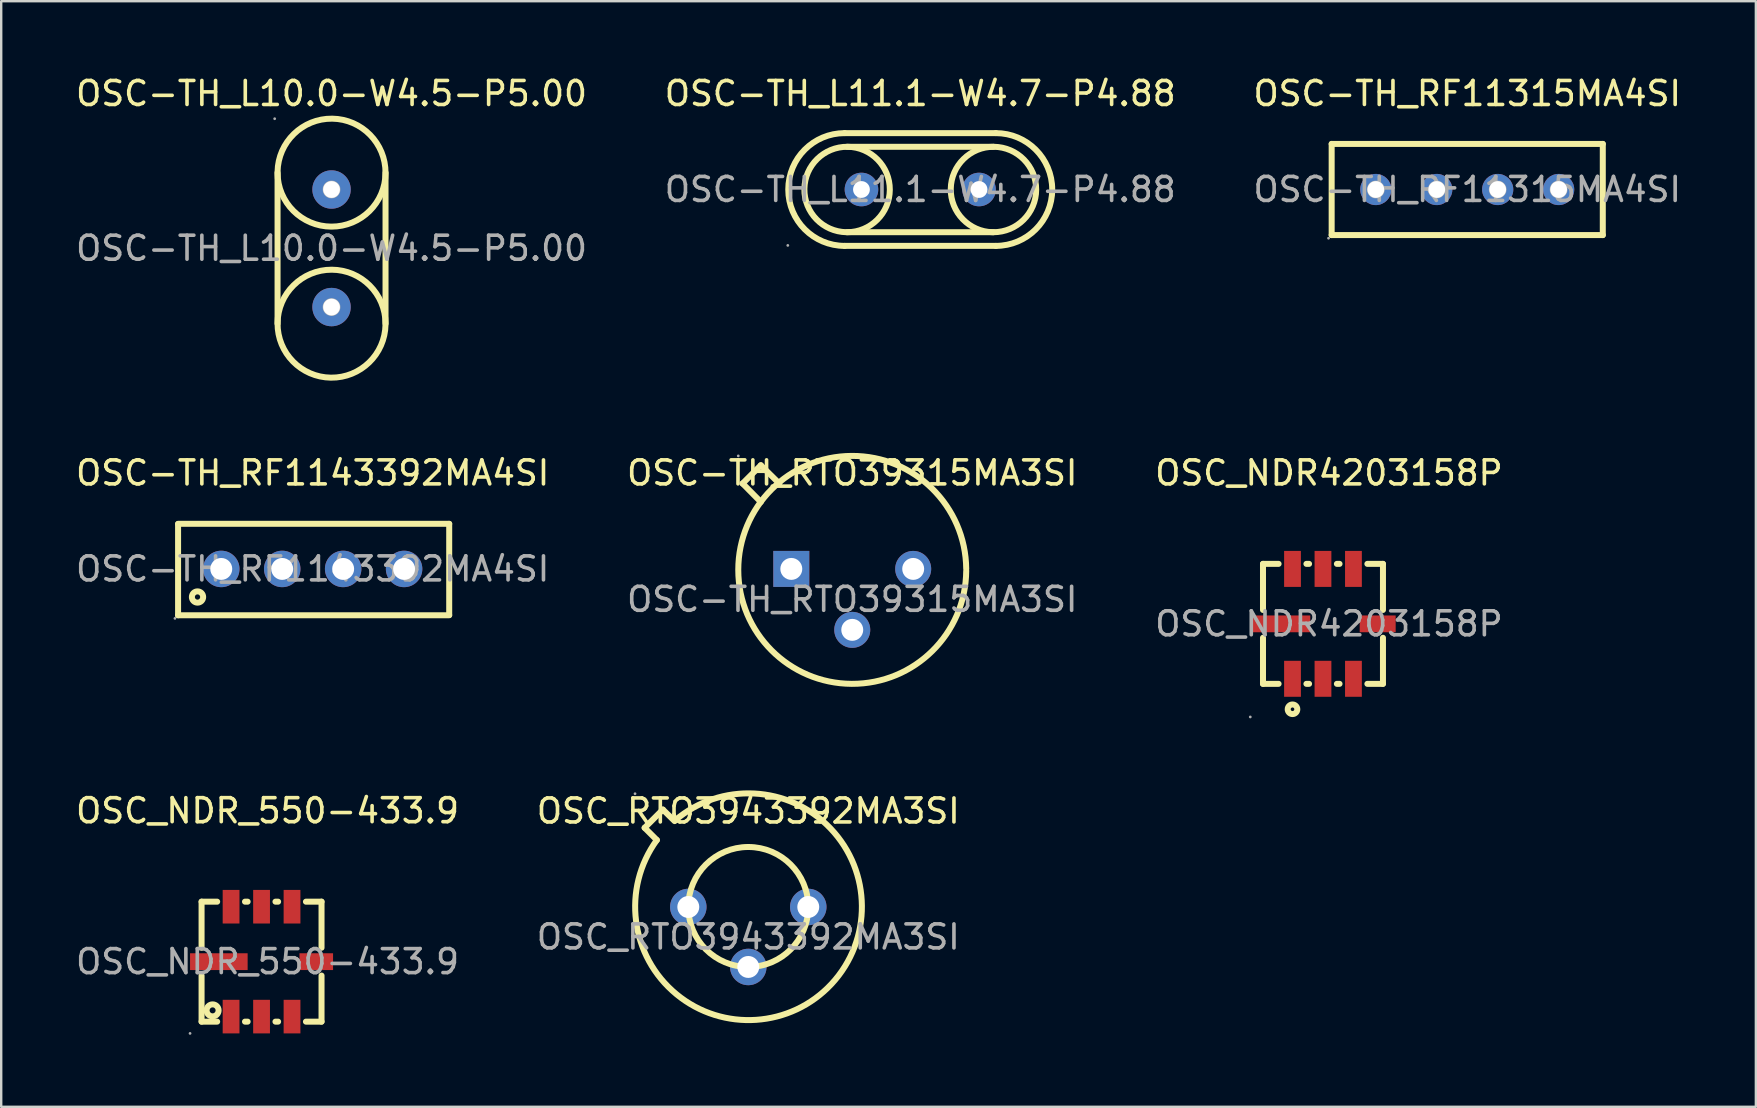
<source format=kicad_pcb>
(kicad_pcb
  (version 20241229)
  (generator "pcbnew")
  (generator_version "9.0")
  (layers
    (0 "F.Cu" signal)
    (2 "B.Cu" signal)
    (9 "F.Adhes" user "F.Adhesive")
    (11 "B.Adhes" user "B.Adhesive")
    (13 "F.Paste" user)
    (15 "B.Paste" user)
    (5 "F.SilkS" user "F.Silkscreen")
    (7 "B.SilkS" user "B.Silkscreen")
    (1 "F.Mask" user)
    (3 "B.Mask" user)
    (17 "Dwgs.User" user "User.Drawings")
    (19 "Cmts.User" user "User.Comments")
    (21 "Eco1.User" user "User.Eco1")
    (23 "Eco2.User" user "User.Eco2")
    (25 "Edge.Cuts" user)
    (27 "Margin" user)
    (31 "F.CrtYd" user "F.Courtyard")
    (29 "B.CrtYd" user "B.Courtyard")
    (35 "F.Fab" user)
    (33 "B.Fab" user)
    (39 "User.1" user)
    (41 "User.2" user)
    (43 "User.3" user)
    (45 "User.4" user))
  (footprint "OSC-TH_RTO39315MA3SI"
    (layer "F.Cu")
    (at 32.47 21.931)
    (property "Reference" "OSC-TH_RTO39315MA3SI" (at 0 -5.27 0) (layer "F.SilkS") (effects (font (size 1 1) (thickness 0.15))))
    (attr through_hole)
    (fp_line (start -4.57 -4.83) (end -3.81 -5.59) (stroke (width 0.25) (type solid)) (layer "F.SilkS"))
    (fp_line (start -4.57 -4.83) (end -3.81 -4.06) (stroke (width 0.25) (type solid)) (layer "F.SilkS"))
    (fp_line (start -3.81 -5.59) (end -3.04 -4.83) (stroke (width 0.25) (type solid)) (layer "F.SilkS"))
    (fp_arc (start 4.75 -1.19) (mid -4.750168 -1.230206) (end 4.750003 -1.269589) (stroke (width 0.25) (type solid)) (layer "F.SilkS"))
    (fp_circle (center -4.75 -5.98) (end -4.72 -5.98) (stroke (width 0.06) (type solid)) (fill no) (layer "F.Fab"))
    (fp_circle (center -2.54 -1.27) (end -2.36 -1.27) (stroke (width 0.36) (type solid)) (fill no) (layer "F.Fab"))
    (fp_circle (center 0 1.27) (end 0.18 1.27) (stroke (width 0.36) (type solid)) (fill no) (layer "F.Fab"))
    (fp_circle (center 2.54 -1.27) (end 2.72 -1.27) (stroke (width 0.36) (type solid)) (fill no) (layer "F.Fab"))
    (fp_text user "${REFERENCE}" (at 0 0 0) (layer "F.Fab") (effects (font (size 1 1) (thickness 0.15))))
    (pad "1" thru_hole rect (at -2.54 -1.27) (size 1.5 1.5) (drill 0.914) (layers "*.Cu" "*.Paste" "*.Mask"))
    (pad "2" thru_hole circle (at 0 1.27) (size 1.5 1.5) (drill 0.914) (layers "*.Cu" "*.Paste" "*.Mask"))
    (pad "3" thru_hole circle (at 2.54 -1.27) (size 1.5 1.5) (drill 0.914) (layers "*.Cu" "*.Paste" "*.Mask")))
  (footprint "OSC-TH_L11.1-W4.7-P4.88"
    (layer "F.Cu")
    (at 35.304 4.848)
    (property "Reference" "OSC-TH_L11.1-W4.7-P4.88" (at 0 -4 0) (layer "F.SilkS") (effects (font (size 1 1) (thickness 0.15))))
    (attr through_hole)
    (fp_line (start -3.05 -1.78) (end 3.05 -1.78) (stroke (width 0.25) (type solid)) (layer "F.SilkS"))
    (fp_line (start -3.05 1.78) (end 3.05 1.78) (stroke (width 0.25) (type solid)) (layer "F.SilkS"))
    (fp_line (start 3.15 -2.35) (end -3.15 -2.35) (stroke (width 0.25) (type solid)) (layer "F.SilkS"))
    (fp_line (start 3.15 2.35) (end -3.15 2.35) (stroke (width 0.25) (type solid)) (layer "F.SilkS"))
    (fp_arc (start -3.15 2.35) (mid -5.5 0) (end -3.15 -2.35) (stroke (width 0.25) (type solid)) (layer "F.SilkS"))
    (fp_arc (start -3.081065 1.779729) (mid -3.034467 -1.779932) (end -3.05 1.78) (stroke (width 0.25) (type solid)) (layer "F.SilkS"))
    (fp_arc (start 3.018935 1.779729) (mid 3.065533 -1.779932) (end 3.05 1.78) (stroke (width 0.25) (type solid)) (layer "F.SilkS"))
    (fp_arc (start 3.15 -2.35) (mid 5.5 0) (end 3.15 2.35) (stroke (width 0.25) (type solid)) (layer "F.SilkS"))
    (fp_circle (center -5.52 2.33) (end -5.49 2.33) (stroke (width 0.06) (type solid)) (fill no) (layer "F.Fab"))
    (fp_circle (center -2.45 0) (end -2.34 0) (stroke (width 0.22) (type solid)) (fill no) (layer "F.Fab"))
    (fp_circle (center 2.45 0) (end 2.56 0) (stroke (width 0.22) (type solid)) (fill no) (layer "F.Fab"))
    (fp_text user "${REFERENCE}" (at 0 0 0) (layer "F.Fab") (effects (font (size 1 1) (thickness 0.15))))
    (pad "1" thru_hole circle (at -2.45 0) (size 1.4 1.4) (drill 0.7) (layers "*.Cu" "*.Paste" "*.Mask"))
    (pad "2" thru_hole circle (at 2.45 0) (size 1.4 1.4) (drill 0.7) (layers "*.Cu" "*.Paste" "*.Mask")))
  (footprint "OSC-TH_RF11315MA4SI"
    (layer "F.Cu")
    (at 58.101 4.848)
    (property "Reference" "OSC-TH_RF11315MA4SI" (at 0 -4 0) (layer "F.SilkS") (effects (font (size 1 1) (thickness 0.15))))
    (attr through_hole)
    (fp_line (start -5.65 -1.9) (end 5.65 -1.9) (stroke (width 0.25) (type solid)) (layer "F.SilkS"))
    (fp_line (start -5.65 1.9) (end -5.65 -1.9) (stroke (width 0.25) (type solid)) (layer "F.SilkS"))
    (fp_line (start 5.65 -1.9) (end 5.65 1.9) (stroke (width 0.25) (type solid)) (layer "F.SilkS"))
    (fp_line (start 5.65 1.9) (end -5.65 1.9) (stroke (width 0.25) (type solid)) (layer "F.SilkS"))
    (fp_circle (center -5.78 2.03) (end -5.75 2.03) (stroke (width 0.06) (type solid)) (fill no) (layer "F.Fab"))
    (fp_circle (center -3.81 0) (end -3.69 0) (stroke (width 0.25) (type solid)) (fill no) (layer "F.Fab"))
    (fp_circle (center -1.27 0) (end -1.15 0) (stroke (width 0.25) (type solid)) (fill no) (layer "F.Fab"))
    (fp_circle (center 1.27 0) (end 1.39 0) (stroke (width 0.25) (type solid)) (fill no) (layer "F.Fab"))
    (fp_circle (center 3.81 0) (end 3.93 0) (stroke (width 0.25) (type solid)) (fill no) (layer "F.Fab"))
    (fp_text user "${REFERENCE}" (at 0 0 0) (layer "F.Fab") (effects (font (size 1 1) (thickness 0.15))))
    (pad "1" thru_hole circle (at -3.81 0) (size 1.3 1.3) (drill 0.7) (layers "*.Cu" "*.Paste" "*.Mask"))
    (pad "2" thru_hole circle (at -1.27 0) (size 1.3 1.3) (drill 0.7) (layers "*.Cu" "*.Paste" "*.Mask"))
    (pad "3" thru_hole circle (at 1.27 0) (size 1.3 1.3) (drill 0.7) (layers "*.Cu" "*.Paste" "*.Mask"))
    (pad "4" thru_hole circle (at 3.81 0) (size 1.3 1.3) (drill 0.7) (layers "*.Cu" "*.Paste" "*.Mask")))
  (footprint "OSC_NDR_550-433.9"
    (layer "F.Cu")
    (at 8.101 37.03)
    (property "Reference" "OSC_NDR_550-433.9" (at 0 -6.29 0) (layer "F.SilkS") (effects (font (size 1 1) (thickness 0.15))))
    (attr through_hole)
    (fp_line (start -2.75 -2.5) (end -2.75 -0.58) (stroke (width 0.25) (type solid)) (layer "F.SilkS"))
    (fp_line (start -2.75 -2.5) (end -2.1 -2.5) (stroke (width 0.25) (type solid)) (layer "F.SilkS"))
    (fp_line (start -2.75 0.58) (end -2.75 2.5) (stroke (width 0.25) (type solid)) (layer "F.SilkS"))
    (fp_line (start -2.75 2.5) (end -2.1 2.5) (stroke (width 0.25) (type solid)) (layer "F.SilkS"))
    (fp_line (start -0.94 -2.5) (end -0.83 -2.5) (stroke (width 0.25) (type solid)) (layer "F.SilkS"))
    (fp_line (start -0.94 2.5) (end -0.83 2.5) (stroke (width 0.25) (type solid)) (layer "F.SilkS"))
    (fp_line (start 0.33 -2.5) (end 0.44 -2.5) (stroke (width 0.25) (type solid)) (layer "F.SilkS"))
    (fp_line (start 0.33 2.5) (end 0.44 2.5) (stroke (width 0.25) (type solid)) (layer "F.SilkS"))
    (fp_line (start 1.6 -2.5) (end 2.25 -2.5) (stroke (width 0.25) (type solid)) (layer "F.SilkS"))
    (fp_line (start 1.6 2.5) (end 2.25 2.5) (stroke (width 0.25) (type solid)) (layer "F.SilkS"))
    (fp_line (start 2.25 -2.5) (end 2.25 -0.58) (stroke (width 0.25) (type solid)) (layer "F.SilkS"))
    (fp_line (start 2.25 0.58) (end 2.25 2.5) (stroke (width 0.25) (type solid)) (layer "F.SilkS"))
    (fp_circle (center -2.29 2.03) (end -2.04 2.03) (stroke (width 0.25) (type solid)) (fill no) (layer "F.SilkS"))
    (fp_circle (center -3.23 2.99) (end -3.2 2.99) (stroke (width 0.06) (type solid)) (fill no) (layer "F.Fab"))
    (fp_text user "${REFERENCE}" (at 0 0 0) (layer "F.Fab") (effects (font (size 1 1) (thickness 0.15))))
    (pad "1" smd rect (at -1.52 2.29 90) (size 1.4 0.7) (layers "F.Cu" "F.Mask" "F.Paste"))
    (pad "2" smd rect (at -0.25 2.29 90) (size 1.4 0.7) (layers "F.Cu" "F.Mask" "F.Paste"))
    (pad "3" smd rect (at 1.02 2.29 90) (size 1.4 0.7) (layers "F.Cu" "F.Mask" "F.Paste"))
    (pad "4" smd rect (at 2.03 0 180) (size 1.4 0.7) (layers "F.Cu" "F.Mask" "F.Paste"))
    (pad "5" smd rect (at 1.02 -2.29 270) (size 1.4 0.7) (layers "F.Cu" "F.Mask" "F.Paste"))
    (pad "6" smd rect (at -0.25 -2.29 270) (size 1.4 0.7) (layers "F.Cu" "F.Mask" "F.Paste"))
    (pad "7" smd rect (at -1.52 -2.29 270) (size 1.4 0.7) (layers "F.Cu" "F.Mask" "F.Paste"))
    (pad "8" smd rect (at -2.03 0) (size 2.4 0.7) (layers "F.Cu" "F.Mask" "F.Paste")))
  (footprint "OSC-TH_L10.0-W4.5-P5.00"
    (layer "F.Cu")
    (at 10.768 7.298)
    (property "Reference" "OSC-TH_L10.0-W4.5-P5.00" (at 0 -6.45 0) (layer "F.SilkS") (effects (font (size 1 1) (thickness 0.15))))
    (attr through_hole)
    (fp_line (start -2.25 3.14) (end -2.25 -3.15) (stroke (width 0.25) (type solid)) (layer "F.SilkS"))
    (fp_line (start 2.25 3.14) (end 2.25 -3.15) (stroke (width 0.25) (type solid)) (layer "F.SilkS"))
    (fp_arc (start -2.249657 -3.189268) (mid 2.249914 -3.130365) (end -2.25 -3.15) (stroke (width 0.25) (type solid)) (layer "F.SilkS"))
    (fp_arc (start 2.249657 3.179268) (mid -2.249914 3.120365) (end 2.25 3.14) (stroke (width 0.25) (type solid)) (layer "F.SilkS"))
    (fp_circle (center -2.37 -5.4) (end -2.34 -5.4) (stroke (width 0.06) (type solid)) (fill no) (layer "F.Fab"))
    (fp_circle (center 0 -2.45) (end 0.12 -2.45) (stroke (width 0.25) (type solid)) (fill no) (layer "F.Fab"))
    (fp_circle (center 0 2.45) (end 0.12 2.45) (stroke (width 0.25) (type solid)) (fill no) (layer "F.Fab"))
    (fp_text user "${REFERENCE}" (at 0 0 0) (layer "F.Fab") (effects (font (size 1 1) (thickness 0.15))))
    (pad "1" thru_hole circle (at 0 -2.45 270) (size 1.6 1.6) (drill 0.7) (layers "*.Cu" "*.Paste" "*.Mask"))
    (pad "2" thru_hole circle (at 0 2.45 270) (size 1.6 1.6) (drill 0.7) (layers "*.Cu" "*.Paste" "*.Mask")))
  (footprint "OSC_RTO3943392MA3SI"
    (layer "F.Cu")
    (at 28.137 36.001)
    (property "Reference" "OSC_RTO3943392MA3SI" (at 0 -5.25 0) (layer "F.SilkS") (effects (font (size 1 1) (thickness 0.15))))
    (attr through_hole)
    (fp_line (start -4.32 -4.55) (end -3.81 -4.04) (stroke (width 0.25) (type solid)) (layer "F.SilkS"))
    (fp_line (start -4.32 -4.55) (end -3.56 -5.31) (stroke (width 0.25) (type solid)) (layer "F.SilkS"))
    (fp_line (start -3.56 -5.31) (end -3.07 -4.83) (stroke (width 0.25) (type solid)) (layer "F.SilkS"))
    (fp_arc (start -3.05 -4.86) (mid 3.474729 1.95236) (end -3.810712 -4.039525) (stroke (width 0.25) (type solid)) (layer "F.SilkS"))
    (fp_circle (center 0 -1.25) (end 2.5 -1.25) (stroke (width 0.25) (type solid)) (fill no) (layer "F.SilkS"))
    (fp_circle (center -4.72 -5.97) (end -4.69 -5.97) (stroke (width 0.06) (type solid)) (fill no) (layer "F.Fab"))
    (fp_circle (center -2.5 -1.25) (end -2.32 -1.25) (stroke (width 0.36) (type solid)) (fill no) (layer "F.Fab"))
    (fp_circle (center 0 1.25) (end 0.18 1.25) (stroke (width 0.36) (type solid)) (fill no) (layer "F.Fab"))
    (fp_circle (center 2.5 -1.25) (end 2.68 -1.25) (stroke (width 0.36) (type solid)) (fill no) (layer "F.Fab"))
    (fp_text user "${REFERENCE}" (at 0 0 0) (layer "F.Fab") (effects (font (size 1 1) (thickness 0.15))))
    (pad "1" thru_hole circle (at -2.5 -1.25) (size 1.52 1.52) (drill 0.914) (layers "*.Cu" "*.Paste" "*.Mask"))
    (pad "2" thru_hole circle (at 0 1.25) (size 1.52 1.52) (drill 0.914) (layers "*.Cu" "*.Paste" "*.Mask"))
    (pad "3" thru_hole circle (at 2.5 -1.25) (size 1.52 1.52) (drill 0.914) (layers "*.Cu" "*.Paste" "*.Mask")))
  (footprint "OSC_NDR4203158P"
    (layer "F.Cu")
    (at 52.339 22.951)
    (property "Reference" "OSC_NDR4203158P" (at 0 -6.29 0) (layer "F.SilkS") (effects (font (size 1 1) (thickness 0.15))))
    (attr through_hole)
    (fp_line (start -2.75 -2.5) (end -2.75 -0.58) (stroke (width 0.25) (type solid)) (layer "F.SilkS"))
    (fp_line (start -2.75 -2.5) (end -2.1 -2.5) (stroke (width 0.25) (type solid)) (layer "F.SilkS"))
    (fp_line (start -2.75 0.58) (end -2.75 2.5) (stroke (width 0.25) (type solid)) (layer "F.SilkS"))
    (fp_line (start -2.75 2.5) (end -2.1 2.5) (stroke (width 0.25) (type solid)) (layer "F.SilkS"))
    (fp_line (start -0.94 -2.5) (end -0.83 -2.5) (stroke (width 0.25) (type solid)) (layer "F.SilkS"))
    (fp_line (start -0.94 2.5) (end -0.83 2.5) (stroke (width 0.25) (type solid)) (layer "F.SilkS"))
    (fp_line (start 0.33 -2.5) (end 0.44 -2.5) (stroke (width 0.25) (type solid)) (layer "F.SilkS"))
    (fp_line (start 0.33 2.5) (end 0.44 2.5) (stroke (width 0.25) (type solid)) (layer "F.SilkS"))
    (fp_line (start 1.6 -2.5) (end 2.25 -2.5) (stroke (width 0.25) (type solid)) (layer "F.SilkS"))
    (fp_line (start 1.6 2.5) (end 2.25 2.5) (stroke (width 0.25) (type solid)) (layer "F.SilkS"))
    (fp_line (start 2.25 -0.58) (end 2.25 -2.5) (stroke (width 0.25) (type solid)) (layer "F.SilkS"))
    (fp_line (start 2.25 2.5) (end 2.25 0.58) (stroke (width 0.25) (type solid)) (layer "F.SilkS"))
    (fp_circle (center -1.52 3.56) (end -1.32 3.56) (stroke (width 0.25) (type solid)) (fill no) (layer "F.SilkS"))
    (fp_circle (center -3.28 3.88) (end -3.25 3.88) (stroke (width 0.06) (type solid)) (fill no) (layer "F.Fab"))
    (fp_text user "${REFERENCE}" (at 0 0 0) (layer "F.Fab") (effects (font (size 1 1) (thickness 0.15))))
    (pad "1" smd rect (at -1.52 2.29 90) (size 1.5 0.7) (layers "F.Cu" "F.Mask" "F.Paste"))
    (pad "2" smd rect (at -0.25 2.29 90) (size 1.5 0.7) (layers "F.Cu" "F.Mask" "F.Paste"))
    (pad "3" smd rect (at 1.02 2.29 90) (size 1.5 0.7) (layers "F.Cu" "F.Mask" "F.Paste"))
    (pad "4" smd rect (at 2.03 0 180) (size 1.5 0.7) (layers "F.Cu" "F.Mask" "F.Paste"))
    (pad "5" smd rect (at 1.02 -2.29 270) (size 1.5 0.7) (layers "F.Cu" "F.Mask" "F.Paste"))
    (pad "6" smd rect (at -0.25 -2.29 270) (size 1.5 0.7) (layers "F.Cu" "F.Mask" "F.Paste"))
    (pad "7" smd rect (at -1.52 -2.29 270) (size 1.5 0.7) (layers "F.Cu" "F.Mask" "F.Paste"))
    (pad "8" smd rect (at -2.03 0) (size 2.5 0.7) (layers "F.Cu" "F.Mask" "F.Paste")))
  (footprint "OSC-TH_RF1143392MA4SI"
    (layer "F.Cu")
    (at 9.982 20.662)
    (property "Reference" "OSC-TH_RF1143392MA4SI" (at 0 -4 0) (layer "F.SilkS") (effects (font (size 1 1) (thickness 0.15))))
    (attr through_hole)
    (fp_line (start -5.61 -1.88) (end 5.69 -1.88) (stroke (width 0.25) (type solid)) (layer "F.SilkS"))
    (fp_line (start -5.61 1.93) (end -5.61 -1.87) (stroke (width 0.25) (type solid)) (layer "F.SilkS"))
    (fp_line (start 5.69 -1.88) (end 5.69 1.92) (stroke (width 0.25) (type solid)) (layer "F.SilkS"))
    (fp_line (start 5.69 1.93) (end -5.61 1.93) (stroke (width 0.25) (type solid)) (layer "F.SilkS"))
    (fp_circle (center -4.8 1.17) (end -4.69 1.17) (stroke (width 0.25) (type solid)) (fill no) (layer "F.SilkS"))
    (fp_circle (center -5.74 2.06) (end -5.71 2.06) (stroke (width 0.06) (type solid)) (fill no) (layer "F.Fab"))
    (fp_circle (center -3.81 0) (end -3.63 0) (stroke (width 0.36) (type solid)) (fill no) (layer "F.Fab"))
    (fp_circle (center -1.27 0) (end -1.09 0) (stroke (width 0.36) (type solid)) (fill no) (layer "F.Fab"))
    (fp_circle (center 1.27 0) (end 1.45 0) (stroke (width 0.36) (type solid)) (fill no) (layer "F.Fab"))
    (fp_circle (center 3.81 0) (end 3.99 0) (stroke (width 0.36) (type solid)) (fill no) (layer "F.Fab"))
    (fp_text user "${REFERENCE}" (at 0 0 0) (layer "F.Fab") (effects (font (size 1 1) (thickness 0.15))))
    (pad "1" thru_hole circle (at -3.81 0) (size 1.52 1.52) (drill 0.914) (layers "*.Cu" "*.Paste" "*.Mask"))
    (pad "2" thru_hole circle (at -1.27 0) (size 1.52 1.52) (drill 0.914) (layers "*.Cu" "*.Paste" "*.Mask"))
    (pad "3" thru_hole circle (at 1.27 0) (size 1.52 1.52) (drill 0.914) (layers "*.Cu" "*.Paste" "*.Mask"))
    (pad "4" thru_hole circle (at 3.81 0) (size 1.52 1.52) (drill 0.914) (layers "*.Cu" "*.Paste" "*.Mask")))
  (gr_rect
    (start -3 -3)
    (end 70.131 43.08)
    (stroke (width 0.1) (type default))
    (fill no)
    (layer "Edge.Cuts")))
</source>
